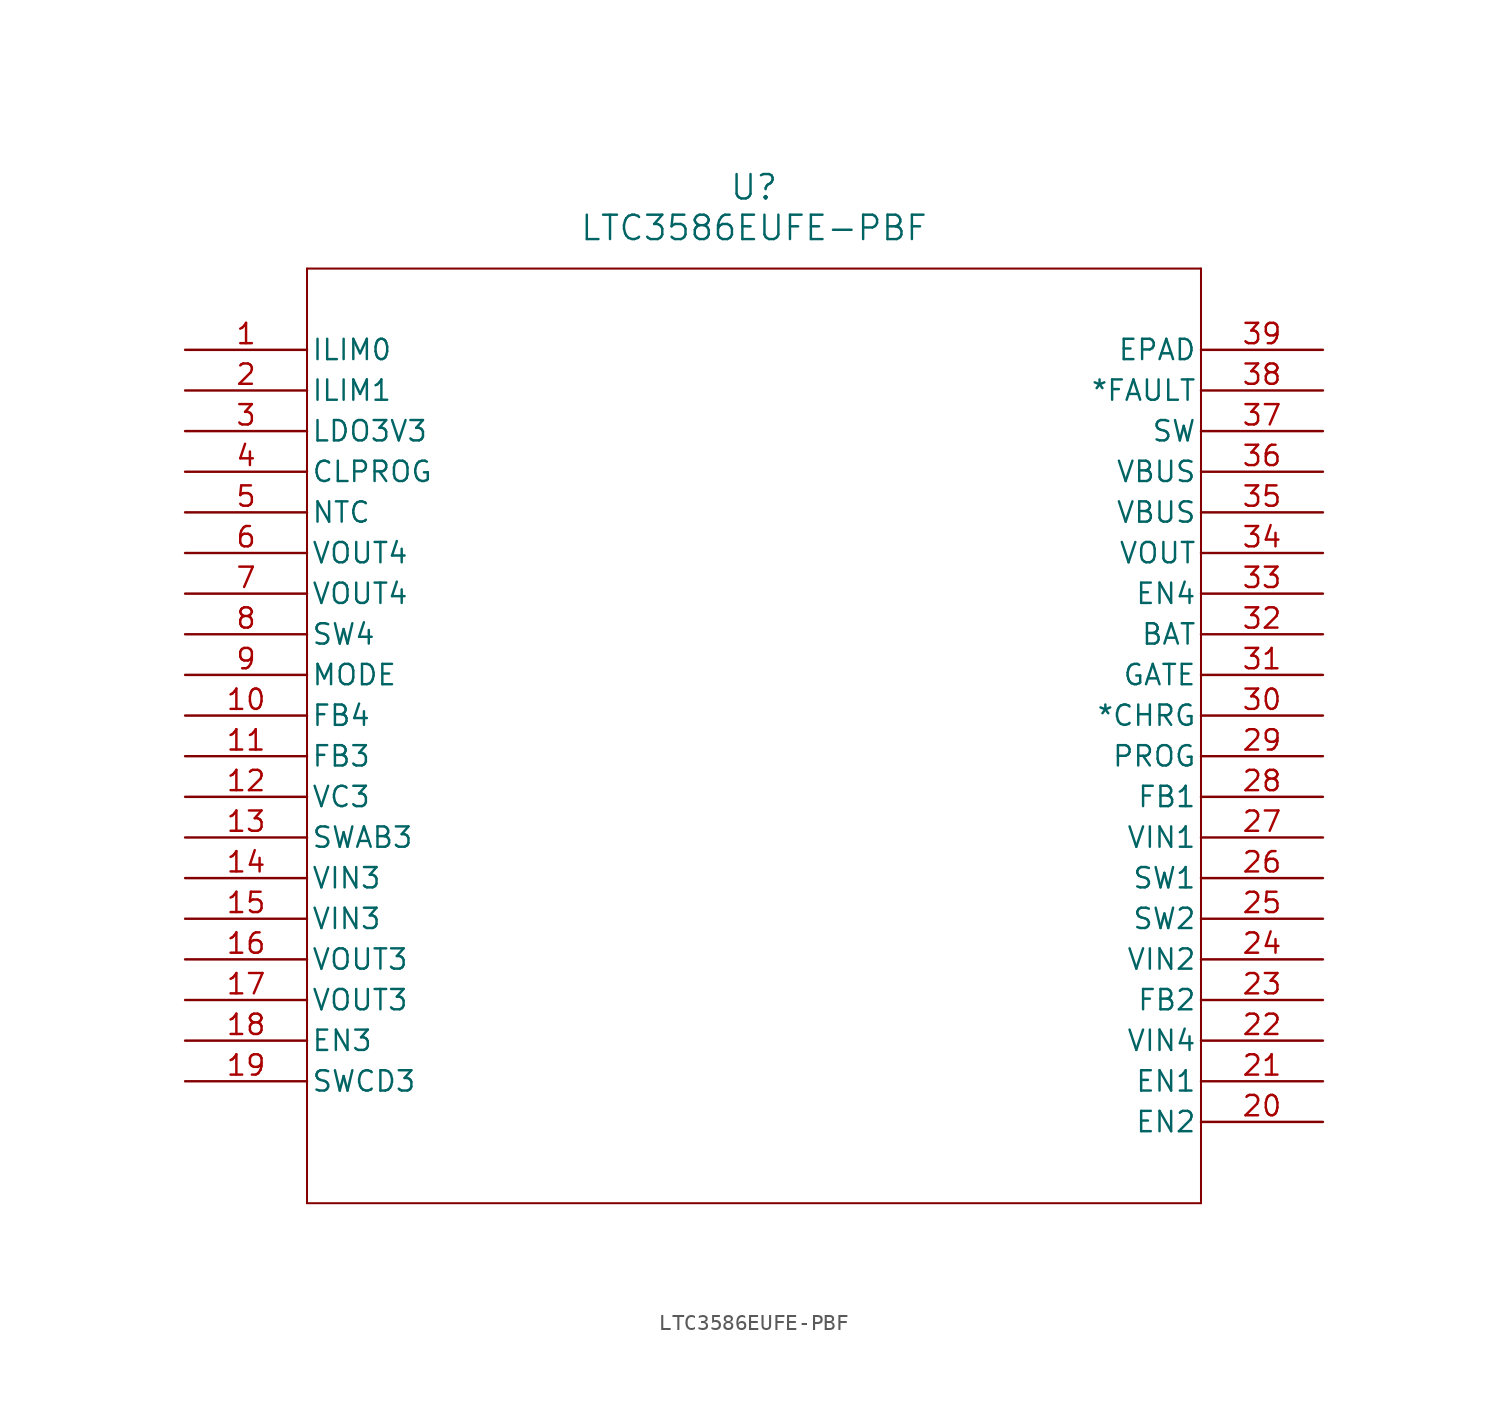
<source format=kicad_sym>
(kicad_symbol_lib
  (version 20211014)
  (generator kicad_symbol_editor)
  (symbol "LTC3586EUFE-PBF"
    (pin_names
      (offset 0.254))
    (property "Reference" "U"
      (at 35.56 10.16 0)
      (effects (font (size 1.524 1.524))))
    (property "Value" "LTC3586EUFE-PBF"
      (at 35.56 7.62 0)
      (effects (font (size 1.524 1.524))))
    (symbol "LTC3586EUFE-PBF_0_1"
      (polyline (pts (xy 7.62 5.08) (xy 7.62 -53.34)) (stroke (width 0.127) (type default) (color 0 0 0 0)) (fill (type none)))
      (polyline (pts (xy 7.62 -53.34) (xy 63.5 -53.34)) (stroke (width 0.127) (type default) (color 0 0 0 0)) (fill (type none)))
      (polyline (pts (xy 63.5 -53.34) (xy 63.5 5.08)) (stroke (width 0.127) (type default) (color 0 0 0 0)) (fill (type none)))
      (polyline (pts (xy 63.5 5.08) (xy 7.62 5.08)) (stroke (width 0.127) (type default) (color 0 0 0 0)) (fill (type none)))
      (pin input line (at 0 0 0) (length 7.62) (name "ILIM0" (effects (font (size 1.27 1.27)))) (number "1" (effects (font (size 1.27 1.27)))))
      (pin input line (at 0 -2.54 0) (length 7.62) (name "ILIM1" (effects (font (size 1.27 1.27)))) (number "2" (effects (font (size 1.27 1.27)))))
      (pin output line (at 0 -5.08 0) (length 7.62) (name "LDO3V3" (effects (font (size 1.27 1.27)))) (number "3" (effects (font (size 1.27 1.27)))))
      (pin input line (at 0 -7.62 0) (length 7.62) (name "CLPROG" (effects (font (size 1.27 1.27)))) (number "4" (effects (font (size 1.27 1.27)))))
      (pin input line (at 0 -10.16 0) (length 7.62) (name "NTC" (effects (font (size 1.27 1.27)))) (number "5" (effects (font (size 1.27 1.27)))))
      (pin output line (at 0 -12.7 0) (length 7.62) (name "VOUT4" (effects (font (size 1.27 1.27)))) (number "6" (effects (font (size 1.27 1.27)))))
      (pin output line (at 0 -15.24 0) (length 7.62) (name "VOUT4" (effects (font (size 1.27 1.27)))) (number "7" (effects (font (size 1.27 1.27)))))
      (pin unspecified line (at 0 -17.78 0) (length 7.62) (name "SW4" (effects (font (size 1.27 1.27)))) (number "8" (effects (font (size 1.27 1.27)))))
      (pin input line (at 0 -20.32 0) (length 7.62) (name "MODE" (effects (font (size 1.27 1.27)))) (number "9" (effects (font (size 1.27 1.27)))))
      (pin input line (at 0 -22.86 0) (length 7.62) (name "FB4" (effects (font (size 1.27 1.27)))) (number "10" (effects (font (size 1.27 1.27)))))
      (pin input line (at 0 -25.4 0) (length 7.62) (name "FB3" (effects (font (size 1.27 1.27)))) (number "11" (effects (font (size 1.27 1.27)))))
      (pin output line (at 0 -27.94 0) (length 7.62) (name "VC3" (effects (font (size 1.27 1.27)))) (number "12" (effects (font (size 1.27 1.27)))))
      (pin unspecified line (at 0 -30.48 0) (length 7.62) (name "SWAB3" (effects (font (size 1.27 1.27)))) (number "13" (effects (font (size 1.27 1.27)))))
      (pin input line (at 0 -33.02 0) (length 7.62) (name "VIN3" (effects (font (size 1.27 1.27)))) (number "14" (effects (font (size 1.27 1.27)))))
      (pin input line (at 0 -35.56 0) (length 7.62) (name "VIN3" (effects (font (size 1.27 1.27)))) (number "15" (effects (font (size 1.27 1.27)))))
      (pin output line (at 0 -38.1 0) (length 7.62) (name "VOUT3" (effects (font (size 1.27 1.27)))) (number "16" (effects (font (size 1.27 1.27)))))
      (pin output line (at 0 -40.64 0) (length 7.62) (name "VOUT3" (effects (font (size 1.27 1.27)))) (number "17" (effects (font (size 1.27 1.27)))))
      (pin input line (at 0 -43.18 0) (length 7.62) (name "EN3" (effects (font (size 1.27 1.27)))) (number "18" (effects (font (size 1.27 1.27)))))
      (pin unspecified line (at 0 -45.72 0) (length 7.62) (name "SWCD3" (effects (font (size 1.27 1.27)))) (number "19" (effects (font (size 1.27 1.27)))))
      (pin input line (at 71.12 -48.26 180) (length 7.62) (name "EN2" (effects (font (size 1.27 1.27)))) (number "20" (effects (font (size 1.27 1.27)))))
      (pin input line (at 71.12 -45.72 180) (length 7.62) (name "EN1" (effects (font (size 1.27 1.27)))) (number "21" (effects (font (size 1.27 1.27)))))
      (pin input line (at 71.12 -43.18 180) (length 7.62) (name "VIN4" (effects (font (size 1.27 1.27)))) (number "22" (effects (font (size 1.27 1.27)))))
      (pin input line (at 71.12 -40.64 180) (length 7.62) (name "FB2" (effects (font (size 1.27 1.27)))) (number "23" (effects (font (size 1.27 1.27)))))
      (pin input line (at 71.12 -38.1 180) (length 7.62) (name "VIN2" (effects (font (size 1.27 1.27)))) (number "24" (effects (font (size 1.27 1.27)))))
      (pin unspecified line (at 71.12 -35.56 180) (length 7.62) (name "SW2" (effects (font (size 1.27 1.27)))) (number "25" (effects (font (size 1.27 1.27)))))
      (pin unspecified line (at 71.12 -33.02 180) (length 7.62) (name "SW1" (effects (font (size 1.27 1.27)))) (number "26" (effects (font (size 1.27 1.27)))))
      (pin input line (at 71.12 -30.48 180) (length 7.62) (name "VIN1" (effects (font (size 1.27 1.27)))) (number "27" (effects (font (size 1.27 1.27)))))
      (pin input line (at 71.12 -27.94 180) (length 7.62) (name "FB1" (effects (font (size 1.27 1.27)))) (number "28" (effects (font (size 1.27 1.27)))))
      (pin unspecified line (at 71.12 -25.4 180) (length 7.62) (name "PROG" (effects (font (size 1.27 1.27)))) (number "29" (effects (font (size 1.27 1.27)))))
      (pin output line (at 71.12 -22.86 180) (length 7.62) (name "*CHRG" (effects (font (size 1.27 1.27)))) (number "30" (effects (font (size 1.27 1.27)))))
      (pin output line (at 71.12 -20.32 180) (length 7.62) (name "GATE" (effects (font (size 1.27 1.27)))) (number "31" (effects (font (size 1.27 1.27)))))
      (pin unspecified line (at 71.12 -17.78 180) (length 7.62) (name "BAT" (effects (font (size 1.27 1.27)))) (number "32" (effects (font (size 1.27 1.27)))))
      (pin input line (at 71.12 -15.24 180) (length 7.62) (name "EN4" (effects (font (size 1.27 1.27)))) (number "33" (effects (font (size 1.27 1.27)))))
      (pin output line (at 71.12 -12.7 180) (length 7.62) (name "VOUT" (effects (font (size 1.27 1.27)))) (number "34" (effects (font (size 1.27 1.27)))))
      (pin input line (at 71.12 -10.16 180) (length 7.62) (name "VBUS" (effects (font (size 1.27 1.27)))) (number "35" (effects (font (size 1.27 1.27)))))
      (pin input line (at 71.12 -7.62 180) (length 7.62) (name "VBUS" (effects (font (size 1.27 1.27)))) (number "36" (effects (font (size 1.27 1.27)))))
      (pin unspecified line (at 71.12 -5.08 180) (length 7.62) (name "SW" (effects (font (size 1.27 1.27)))) (number "37" (effects (font (size 1.27 1.27)))))
      (pin bidirectional line (at 71.12 -2.54 180) (length 7.62) (name "*FAULT" (effects (font (size 1.27 1.27)))) (number "38" (effects (font (size 1.27 1.27)))))
      (pin unspecified line (at 71.12 0 180) (length 7.62) (name "EPAD" (effects (font (size 1.27 1.27)))) (number "39" (effects (font (size 1.27 1.27))))))))
</source>
